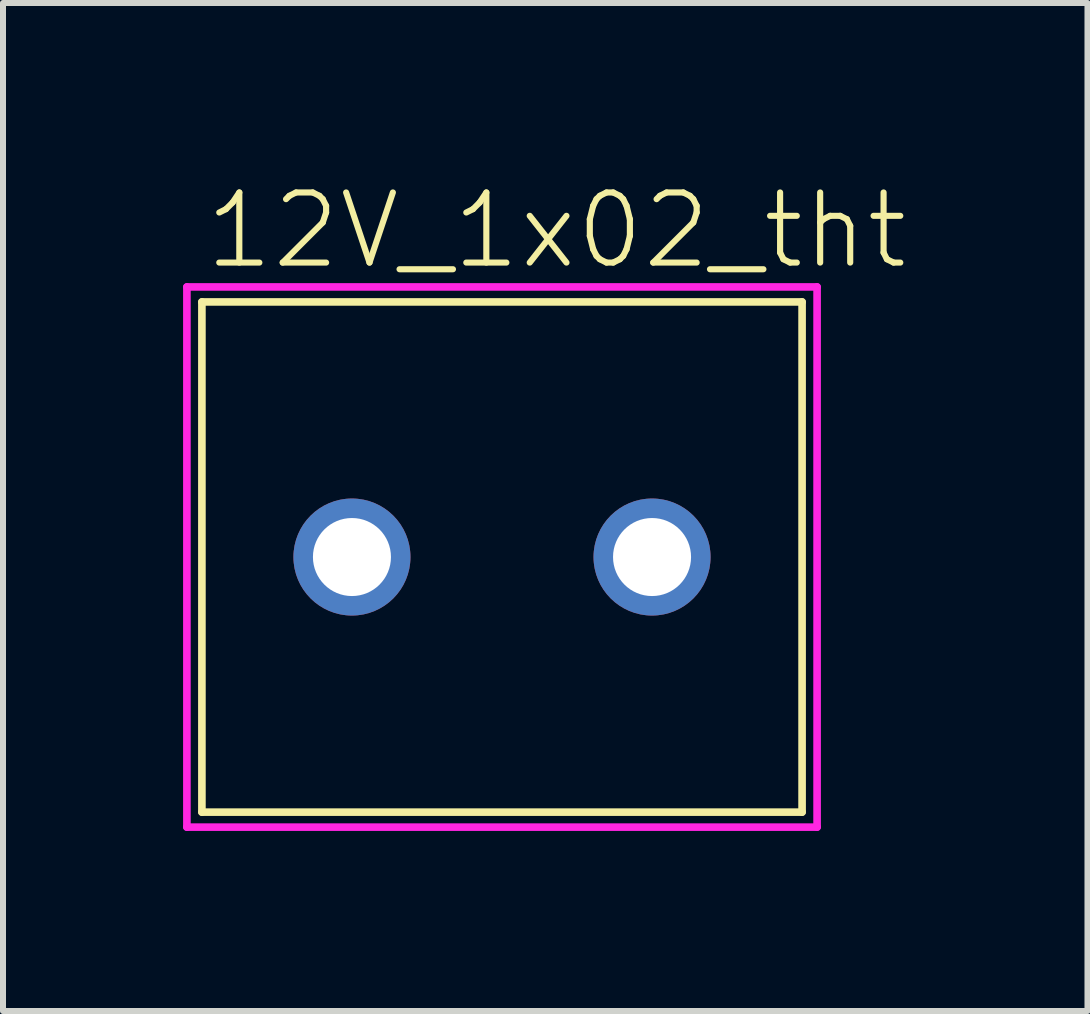
<source format=kicad_pcb>
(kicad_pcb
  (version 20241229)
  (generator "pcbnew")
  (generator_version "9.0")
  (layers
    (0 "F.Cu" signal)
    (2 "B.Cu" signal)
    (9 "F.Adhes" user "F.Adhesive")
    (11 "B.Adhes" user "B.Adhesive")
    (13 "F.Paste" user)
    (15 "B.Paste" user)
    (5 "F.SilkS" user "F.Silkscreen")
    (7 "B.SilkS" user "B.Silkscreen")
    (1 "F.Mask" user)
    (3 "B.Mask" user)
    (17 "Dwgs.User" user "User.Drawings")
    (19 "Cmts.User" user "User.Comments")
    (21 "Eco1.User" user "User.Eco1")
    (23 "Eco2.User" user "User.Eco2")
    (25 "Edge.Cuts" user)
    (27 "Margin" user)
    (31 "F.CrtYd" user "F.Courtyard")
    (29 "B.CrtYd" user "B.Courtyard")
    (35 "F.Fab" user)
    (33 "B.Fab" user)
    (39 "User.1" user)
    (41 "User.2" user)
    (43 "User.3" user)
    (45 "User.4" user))
  (footprint "12V_1x02_tht"
    (layer "F.Cu")
    (at 5.314 6.231)
    (property "Reference" "12V_1x02_tht" (at -5 -4.758 0) (layer "F.SilkS") (effects (font (size 1.168 1.168) (thickness 0.102)) (justify left bottom)))
    (fp_line (start -5 -4.25) (end 5 -4.25) (stroke (width 0.127) (type solid)) (layer "F.SilkS"))
    (fp_line (start -5 4.25) (end -5 -4.25) (stroke (width 0.127) (type solid)) (layer "F.SilkS"))
    (fp_line (start 5 -4.25) (end 5 4.25) (stroke (width 0.127) (type solid)) (layer "F.SilkS"))
    (fp_line (start 5 4.25) (end -5 4.25) (stroke (width 0.127) (type solid)) (layer "F.SilkS"))
    (fp_line (start -5.25 -4.5) (end 5.25 -4.5) (stroke (width 0.127) (type solid)) (layer "F.CrtYd"))
    (fp_line (start -5.25 4.5) (end -5.25 -4.5) (stroke (width 0.127) (type solid)) (layer "F.CrtYd"))
    (fp_line (start 5.25 -4.5) (end 5.25 4.5) (stroke (width 0.127) (type solid)) (layer "F.CrtYd"))
    (fp_line (start 5.25 4.5) (end -5.25 4.5) (stroke (width 0.127) (type solid)) (layer "F.CrtYd"))
    (pad "1" thru_hole circle (at -2.5 0) (size 1.95 1.95) (drill 1.3) (layers "*.Cu" "*.Mask"))
    (pad "2" thru_hole circle (at 2.5 0) (size 1.95 1.95) (drill 1.3) (layers "*.Cu" "*.Mask")))
  (gr_rect
    (start -3 -3)
    (end 15.069 13.795)
    (stroke (width 0.1) (type default))
    (fill no)
    (layer "Edge.Cuts")))
</source>
